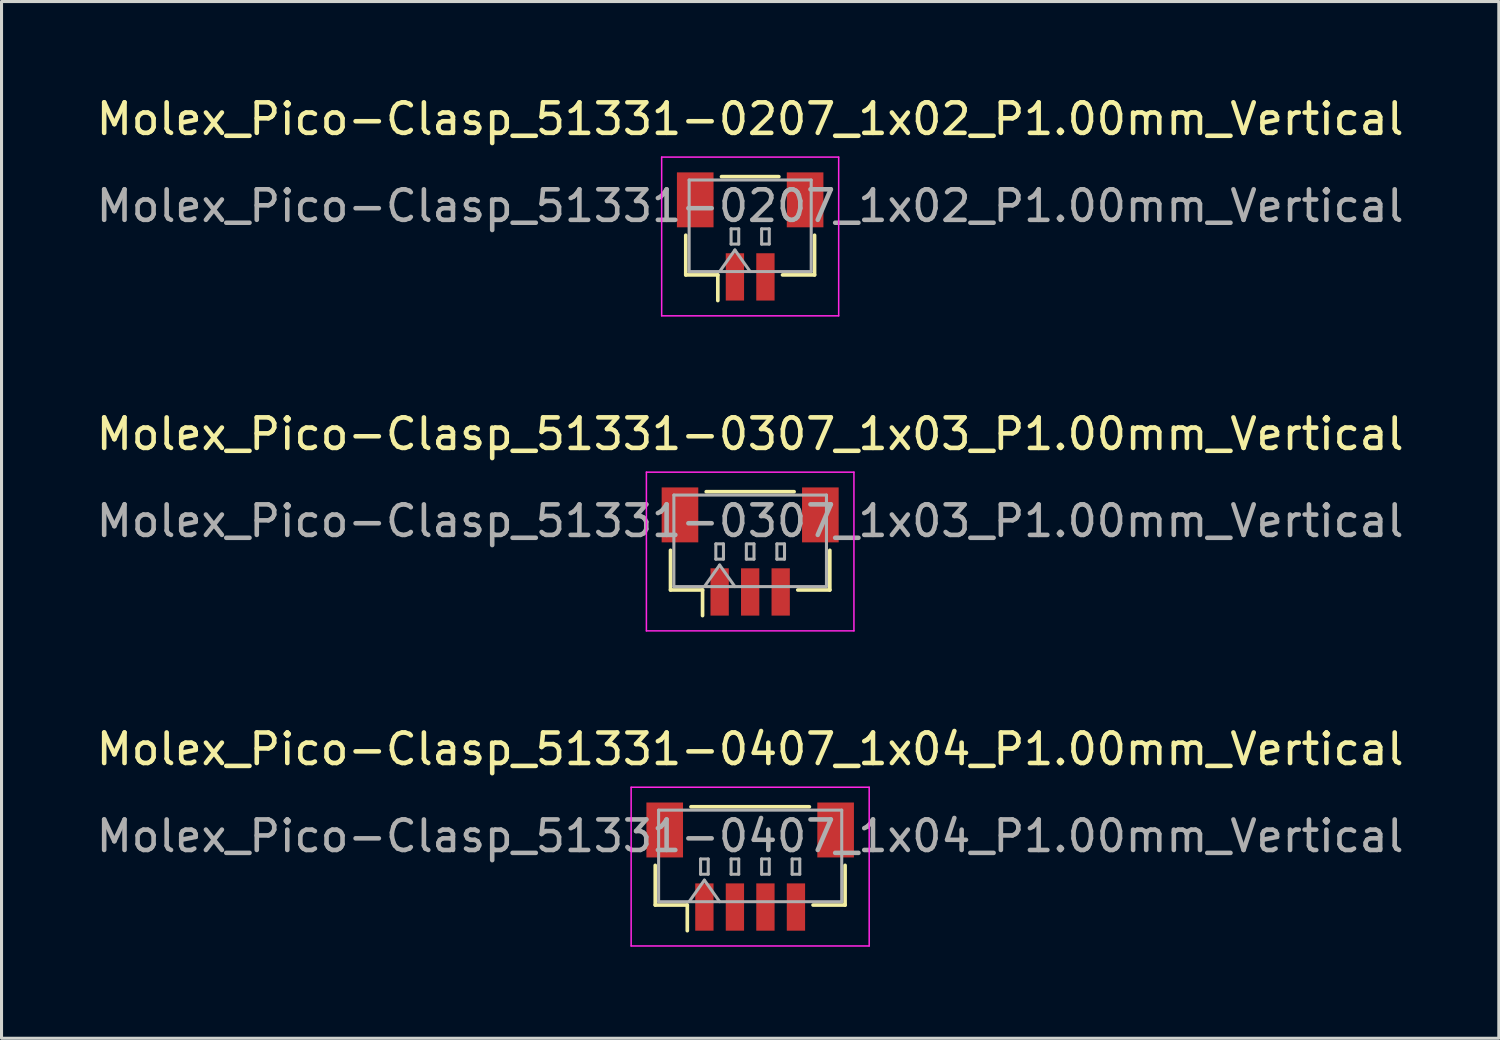
<source format=kicad_pcb>
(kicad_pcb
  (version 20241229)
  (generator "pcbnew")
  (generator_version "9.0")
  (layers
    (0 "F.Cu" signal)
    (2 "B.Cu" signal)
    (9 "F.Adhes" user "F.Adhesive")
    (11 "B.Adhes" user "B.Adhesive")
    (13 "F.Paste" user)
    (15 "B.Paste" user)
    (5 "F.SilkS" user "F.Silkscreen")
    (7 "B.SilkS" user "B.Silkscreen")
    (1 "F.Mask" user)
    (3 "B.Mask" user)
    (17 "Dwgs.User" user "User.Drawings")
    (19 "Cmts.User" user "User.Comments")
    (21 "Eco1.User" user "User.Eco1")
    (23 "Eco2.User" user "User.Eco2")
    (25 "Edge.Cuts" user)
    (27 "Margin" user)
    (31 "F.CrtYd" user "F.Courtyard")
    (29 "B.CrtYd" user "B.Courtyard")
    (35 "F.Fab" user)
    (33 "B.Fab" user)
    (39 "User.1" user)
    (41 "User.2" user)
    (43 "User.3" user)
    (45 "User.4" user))
  (footprint "Molex_Pico-Clasp_51331-0307_1x03_P1.00mm_Vertical"
    (layer "F.Cu")
    (at 21.53 15.021)
    (property "Reference" "Molex_Pico-Clasp_51331-0307_1x03_P1.00mm_Vertical" (at 0 -3.85 0) (layer "F.SilkS") (effects (font (size 1 1) (thickness 0.15))))
    (attr smd)
    (fp_line (start -2.61 -0.04) (end -2.61 1.26) (stroke (width 0.12) (type solid)) (layer "F.SilkS"))
    (fp_line (start -2.61 1.26) (end -1.56 1.26) (stroke (width 0.12) (type solid)) (layer "F.SilkS"))
    (fp_line (start -1.56 1.26) (end -1.56 2.1) (stroke (width 0.12) (type solid)) (layer "F.SilkS"))
    (fp_line (start -1.44 -1.96) (end 1.44 -1.96) (stroke (width 0.12) (type solid)) (layer "F.SilkS"))
    (fp_line (start 2.61 -0.04) (end 2.61 1.26) (stroke (width 0.12) (type solid)) (layer "F.SilkS"))
    (fp_line (start 2.61 1.26) (end 1.56 1.26) (stroke (width 0.12) (type solid)) (layer "F.SilkS"))
    (fp_line (start -3.4 -2.6) (end -3.4 2.6) (stroke (width 0.05) (type solid)) (layer "F.CrtYd"))
    (fp_line (start -3.4 2.6) (end 3.4 2.6) (stroke (width 0.05) (type solid)) (layer "F.CrtYd"))
    (fp_line (start 3.4 -2.6) (end -3.4 -2.6) (stroke (width 0.05) (type solid)) (layer "F.CrtYd"))
    (fp_line (start 3.4 2.6) (end 3.4 -2.6) (stroke (width 0.05) (type solid)) (layer "F.CrtYd"))
    (fp_line (start -2.5 -1.85) (end 2.5 -1.85) (stroke (width 0.1) (type solid)) (layer "F.Fab"))
    (fp_line (start -2.5 1.15) (end -2.5 -1.85) (stroke (width 0.1) (type solid)) (layer "F.Fab"))
    (fp_line (start -2.5 1.15) (end 2.5 1.15) (stroke (width 0.1) (type solid)) (layer "F.Fab"))
    (fp_line (start -1.5 1.15) (end -1 0.443) (stroke (width 0.1) (type solid)) (layer "F.Fab"))
    (fp_line (start -1.125 -0.25) (end -1.125 0.25) (stroke (width 0.1) (type solid)) (layer "F.Fab"))
    (fp_line (start -1.125 0.25) (end -0.875 0.25) (stroke (width 0.1) (type solid)) (layer "F.Fab"))
    (fp_line (start -1 0.443) (end -0.5 1.15) (stroke (width 0.1) (type solid)) (layer "F.Fab"))
    (fp_line (start -0.875 -0.25) (end -1.125 -0.25) (stroke (width 0.1) (type solid)) (layer "F.Fab"))
    (fp_line (start -0.875 0.25) (end -0.875 -0.25) (stroke (width 0.1) (type solid)) (layer "F.Fab"))
    (fp_line (start -0.125 -0.25) (end -0.125 0.25) (stroke (width 0.1) (type solid)) (layer "F.Fab"))
    (fp_line (start -0.125 0.25) (end 0.125 0.25) (stroke (width 0.1) (type solid)) (layer "F.Fab"))
    (fp_line (start 0.125 -0.25) (end -0.125 -0.25) (stroke (width 0.1) (type solid)) (layer "F.Fab"))
    (fp_line (start 0.125 0.25) (end 0.125 -0.25) (stroke (width 0.1) (type solid)) (layer "F.Fab"))
    (fp_line (start 0.875 -0.25) (end 0.875 0.25) (stroke (width 0.1) (type solid)) (layer "F.Fab"))
    (fp_line (start 0.875 0.25) (end 1.125 0.25) (stroke (width 0.1) (type solid)) (layer "F.Fab"))
    (fp_line (start 1.125 -0.25) (end 0.875 -0.25) (stroke (width 0.1) (type solid)) (layer "F.Fab"))
    (fp_line (start 1.125 0.25) (end 1.125 -0.25) (stroke (width 0.1) (type solid)) (layer "F.Fab"))
    (fp_line (start 2.5 1.15) (end 2.5 -1.85) (stroke (width 0.1) (type solid)) (layer "F.Fab"))
    (fp_text user "${REFERENCE}" (at 0 -1 0) (layer "F.Fab") (effects (font (size 1 1) (thickness 0.15))))
    (pad "" smd rect (at -2.3 -1.2) (size 1.2 1.8) (layers "F.Cu" "F.Mask" "F.Paste"))
    (pad "" smd rect (at 2.3 -1.2) (size 1.2 1.8) (layers "F.Cu" "F.Mask" "F.Paste"))
    (pad "1" smd rect (at -1 1.325) (size 0.6 1.55) (layers "F.Cu" "F.Mask" "F.Paste"))
    (pad "2" smd rect (at 0 1.325) (size 0.6 1.55) (layers "F.Cu" "F.Mask" "F.Paste"))
    (pad "3" smd rect (at 1 1.325) (size 0.6 1.55) (layers "F.Cu" "F.Mask" "F.Paste")))
  (footprint "Molex_Pico-Clasp_51331-0407_1x04_P1.00mm_Vertical"
    (layer "F.Cu")
    (at 21.53 25.345)
    (property "Reference" "Molex_Pico-Clasp_51331-0407_1x04_P1.00mm_Vertical" (at 0 -3.85 0) (layer "F.SilkS") (effects (font (size 1 1) (thickness 0.15))))
    (attr smd)
    (fp_line (start -3.11 -0.04) (end -3.11 1.26) (stroke (width 0.12) (type solid)) (layer "F.SilkS"))
    (fp_line (start -3.11 1.26) (end -2.06 1.26) (stroke (width 0.12) (type solid)) (layer "F.SilkS"))
    (fp_line (start -2.06 1.26) (end -2.06 2.1) (stroke (width 0.12) (type solid)) (layer "F.SilkS"))
    (fp_line (start -1.94 -1.96) (end 1.94 -1.96) (stroke (width 0.12) (type solid)) (layer "F.SilkS"))
    (fp_line (start 3.11 -0.04) (end 3.11 1.26) (stroke (width 0.12) (type solid)) (layer "F.SilkS"))
    (fp_line (start 3.11 1.26) (end 2.06 1.26) (stroke (width 0.12) (type solid)) (layer "F.SilkS"))
    (fp_line (start -3.9 -2.6) (end -3.9 2.6) (stroke (width 0.05) (type solid)) (layer "F.CrtYd"))
    (fp_line (start -3.9 2.6) (end 3.9 2.6) (stroke (width 0.05) (type solid)) (layer "F.CrtYd"))
    (fp_line (start 3.9 -2.6) (end -3.9 -2.6) (stroke (width 0.05) (type solid)) (layer "F.CrtYd"))
    (fp_line (start 3.9 2.6) (end 3.9 -2.6) (stroke (width 0.05) (type solid)) (layer "F.CrtYd"))
    (fp_line (start -3 -1.85) (end 3 -1.85) (stroke (width 0.1) (type solid)) (layer "F.Fab"))
    (fp_line (start -3 1.15) (end -3 -1.85) (stroke (width 0.1) (type solid)) (layer "F.Fab"))
    (fp_line (start -3 1.15) (end 3 1.15) (stroke (width 0.1) (type solid)) (layer "F.Fab"))
    (fp_line (start -2 1.15) (end -1.5 0.443) (stroke (width 0.1) (type solid)) (layer "F.Fab"))
    (fp_line (start -1.625 -0.25) (end -1.625 0.25) (stroke (width 0.1) (type solid)) (layer "F.Fab"))
    (fp_line (start -1.625 0.25) (end -1.375 0.25) (stroke (width 0.1) (type solid)) (layer "F.Fab"))
    (fp_line (start -1.5 0.443) (end -1 1.15) (stroke (width 0.1) (type solid)) (layer "F.Fab"))
    (fp_line (start -1.375 -0.25) (end -1.625 -0.25) (stroke (width 0.1) (type solid)) (layer "F.Fab"))
    (fp_line (start -1.375 0.25) (end -1.375 -0.25) (stroke (width 0.1) (type solid)) (layer "F.Fab"))
    (fp_line (start -0.625 -0.25) (end -0.625 0.25) (stroke (width 0.1) (type solid)) (layer "F.Fab"))
    (fp_line (start -0.625 0.25) (end -0.375 0.25) (stroke (width 0.1) (type solid)) (layer "F.Fab"))
    (fp_line (start -0.375 -0.25) (end -0.625 -0.25) (stroke (width 0.1) (type solid)) (layer "F.Fab"))
    (fp_line (start -0.375 0.25) (end -0.375 -0.25) (stroke (width 0.1) (type solid)) (layer "F.Fab"))
    (fp_line (start 0.375 -0.25) (end 0.375 0.25) (stroke (width 0.1) (type solid)) (layer "F.Fab"))
    (fp_line (start 0.375 0.25) (end 0.625 0.25) (stroke (width 0.1) (type solid)) (layer "F.Fab"))
    (fp_line (start 0.625 -0.25) (end 0.375 -0.25) (stroke (width 0.1) (type solid)) (layer "F.Fab"))
    (fp_line (start 0.625 0.25) (end 0.625 -0.25) (stroke (width 0.1) (type solid)) (layer "F.Fab"))
    (fp_line (start 1.375 -0.25) (end 1.375 0.25) (stroke (width 0.1) (type solid)) (layer "F.Fab"))
    (fp_line (start 1.375 0.25) (end 1.625 0.25) (stroke (width 0.1) (type solid)) (layer "F.Fab"))
    (fp_line (start 1.625 -0.25) (end 1.375 -0.25) (stroke (width 0.1) (type solid)) (layer "F.Fab"))
    (fp_line (start 1.625 0.25) (end 1.625 -0.25) (stroke (width 0.1) (type solid)) (layer "F.Fab"))
    (fp_line (start 3 1.15) (end 3 -1.85) (stroke (width 0.1) (type solid)) (layer "F.Fab"))
    (fp_text user "${REFERENCE}" (at 0 -1 0) (layer "F.Fab") (effects (font (size 1 1) (thickness 0.15))))
    (pad "" smd rect (at -2.8 -1.2) (size 1.2 1.8) (layers "F.Cu" "F.Mask" "F.Paste"))
    (pad "" smd rect (at 2.8 -1.2) (size 1.2 1.8) (layers "F.Cu" "F.Mask" "F.Paste"))
    (pad "1" smd rect (at -1.5 1.325) (size 0.6 1.55) (layers "F.Cu" "F.Mask" "F.Paste"))
    (pad "2" smd rect (at -0.5 1.325) (size 0.6 1.55) (layers "F.Cu" "F.Mask" "F.Paste"))
    (pad "3" smd rect (at 0.5 1.325) (size 0.6 1.55) (layers "F.Cu" "F.Mask" "F.Paste"))
    (pad "4" smd rect (at 1.5 1.325) (size 0.6 1.55) (layers "F.Cu" "F.Mask" "F.Paste")))
  (footprint "Molex_Pico-Clasp_51331-0207_1x02_P1.00mm_Vertical"
    (layer "F.Cu")
    (at 21.53 4.698)
    (property "Reference" "Molex_Pico-Clasp_51331-0207_1x02_P1.00mm_Vertical" (at 0 -3.85 0) (layer "F.SilkS") (effects (font (size 1 1) (thickness 0.15))))
    (attr smd)
    (fp_line (start -2.11 -0.04) (end -2.11 1.26) (stroke (width 0.12) (type solid)) (layer "F.SilkS"))
    (fp_line (start -2.11 1.26) (end -1.06 1.26) (stroke (width 0.12) (type solid)) (layer "F.SilkS"))
    (fp_line (start -1.06 1.26) (end -1.06 2.1) (stroke (width 0.12) (type solid)) (layer "F.SilkS"))
    (fp_line (start -0.94 -1.96) (end 0.94 -1.96) (stroke (width 0.12) (type solid)) (layer "F.SilkS"))
    (fp_line (start 2.11 -0.04) (end 2.11 1.26) (stroke (width 0.12) (type solid)) (layer "F.SilkS"))
    (fp_line (start 2.11 1.26) (end 1.06 1.26) (stroke (width 0.12) (type solid)) (layer "F.SilkS"))
    (fp_line (start -2.9 -2.6) (end -2.9 2.6) (stroke (width 0.05) (type solid)) (layer "F.CrtYd"))
    (fp_line (start -2.9 2.6) (end 2.9 2.6) (stroke (width 0.05) (type solid)) (layer "F.CrtYd"))
    (fp_line (start 2.9 -2.6) (end -2.9 -2.6) (stroke (width 0.05) (type solid)) (layer "F.CrtYd"))
    (fp_line (start 2.9 2.6) (end 2.9 -2.6) (stroke (width 0.05) (type solid)) (layer "F.CrtYd"))
    (fp_line (start -2 -1.85) (end 2 -1.85) (stroke (width 0.1) (type solid)) (layer "F.Fab"))
    (fp_line (start -2 1.15) (end -2 -1.85) (stroke (width 0.1) (type solid)) (layer "F.Fab"))
    (fp_line (start -2 1.15) (end 2 1.15) (stroke (width 0.1) (type solid)) (layer "F.Fab"))
    (fp_line (start -1 1.15) (end -0.5 0.443) (stroke (width 0.1) (type solid)) (layer "F.Fab"))
    (fp_line (start -0.625 -0.25) (end -0.625 0.25) (stroke (width 0.1) (type solid)) (layer "F.Fab"))
    (fp_line (start -0.625 0.25) (end -0.375 0.25) (stroke (width 0.1) (type solid)) (layer "F.Fab"))
    (fp_line (start -0.5 0.443) (end 0 1.15) (stroke (width 0.1) (type solid)) (layer "F.Fab"))
    (fp_line (start -0.375 -0.25) (end -0.625 -0.25) (stroke (width 0.1) (type solid)) (layer "F.Fab"))
    (fp_line (start -0.375 0.25) (end -0.375 -0.25) (stroke (width 0.1) (type solid)) (layer "F.Fab"))
    (fp_line (start 0.375 -0.25) (end 0.375 0.25) (stroke (width 0.1) (type solid)) (layer "F.Fab"))
    (fp_line (start 0.375 0.25) (end 0.625 0.25) (stroke (width 0.1) (type solid)) (layer "F.Fab"))
    (fp_line (start 0.625 -0.25) (end 0.375 -0.25) (stroke (width 0.1) (type solid)) (layer "F.Fab"))
    (fp_line (start 0.625 0.25) (end 0.625 -0.25) (stroke (width 0.1) (type solid)) (layer "F.Fab"))
    (fp_line (start 2 1.15) (end 2 -1.85) (stroke (width 0.1) (type solid)) (layer "F.Fab"))
    (fp_text user "${REFERENCE}" (at 0 -1 0) (layer "F.Fab") (effects (font (size 1 1) (thickness 0.15))))
    (pad "" smd rect (at -1.8 -1.2) (size 1.2 1.8) (layers "F.Cu" "F.Mask" "F.Paste"))
    (pad "" smd rect (at 1.8 -1.2) (size 1.2 1.8) (layers "F.Cu" "F.Mask" "F.Paste"))
    (pad "1" smd rect (at -0.5 1.325) (size 0.6 1.55) (layers "F.Cu" "F.Mask" "F.Paste"))
    (pad "2" smd rect (at 0.5 1.325) (size 0.6 1.55) (layers "F.Cu" "F.Mask" "F.Paste")))
  (gr_rect
    (start -3 -3)
    (end 46.06 30.97)
    (stroke (width 0.1) (type default))
    (fill no)
    (layer "Edge.Cuts")))
</source>
